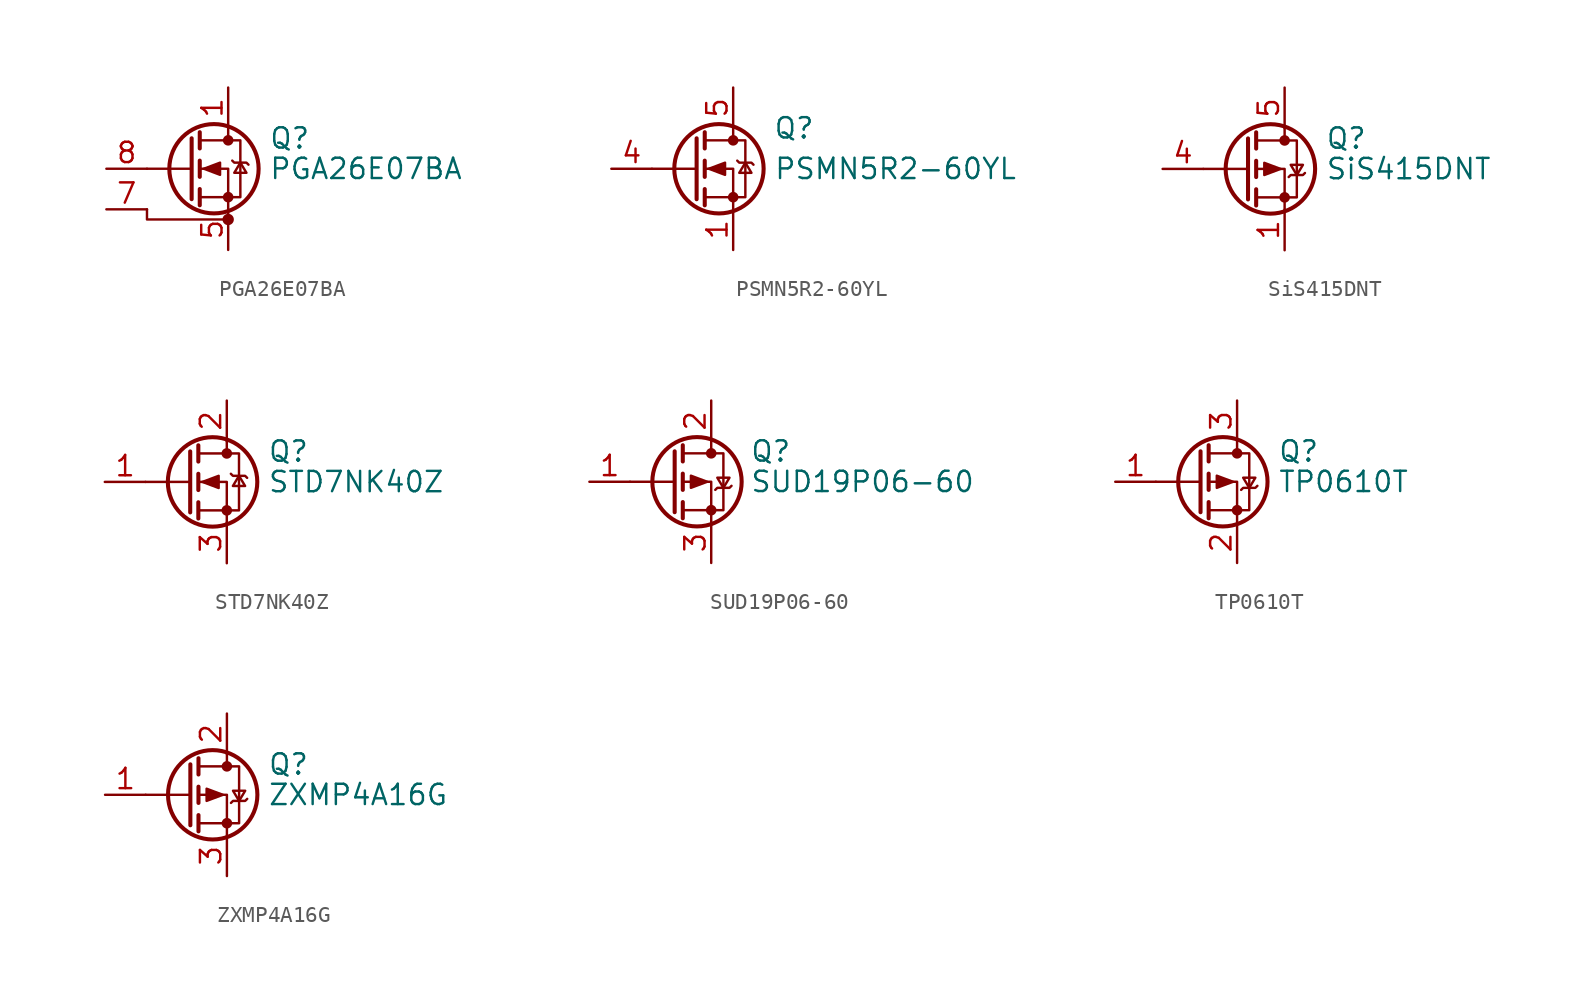
<source format=kicad_sym>
(kicad_symbol_lib
  (version 20211014)
  (generator kicad_symbol_editor)
  (symbol "PGA26E07BA"
    (pin_names hide)
    (property "Reference" "Q"
      (at 5.08 1.905 0)
      (effects (font (size 1.27 1.27)) (justify left)))
    (property "Value" "PGA26E07BA"
      (at 5.08 0 0)
      (effects (font (size 1.27 1.27)) (justify left)))
    (symbol "PGA26E07BA_0_1"
      (polyline (pts (xy 0.254 0) (xy -2.54 0)) (stroke (width 0) (type default) (color 0 0 0 0)) (fill (type none)))
      (polyline (pts (xy 0.254 1.905) (xy 0.254 -1.905)) (stroke (width 0.254) (type default) (color 0 0 0 0)) (fill (type none)))
      (polyline (pts (xy 0.762 -1.27) (xy 0.762 -2.286)) (stroke (width 0.254) (type default) (color 0 0 0 0)) (fill (type none)))
      (polyline (pts (xy 0.762 0.508) (xy 0.762 -0.508)) (stroke (width 0.254) (type default) (color 0 0 0 0)) (fill (type none)))
      (polyline (pts (xy 0.762 2.286) (xy 0.762 1.27)) (stroke (width 0.254) (type default) (color 0 0 0 0)) (fill (type none)))
      (polyline (pts (xy 2.54 2.54) (xy 2.54 1.778)) (stroke (width 0) (type default) (color 0 0 0 0)) (fill (type none)))
      (polyline (pts (xy -2.54 -2.54) (xy -2.54 -3.175) (xy 2.54 -3.175)) (stroke (width 0) (type default) (color 0 0 0 0)) (fill (type none)))
      (polyline (pts (xy 2.54 -2.54) (xy 2.54 0) (xy 0.762 0)) (stroke (width 0) (type default) (color 0 0 0 0)) (fill (type none)))
      (polyline (pts (xy 0.762 -1.778) (xy 3.302 -1.778) (xy 3.302 1.778) (xy 0.762 1.778)) (stroke (width 0) (type default) (color 0 0 0 0)) (fill (type none)))
      (polyline (pts (xy 1.016 0) (xy 2.032 0.381) (xy 2.032 -0.381) (xy 1.016 0)) (stroke (width 0) (type default) (color 0 0 0 0)) (fill (type outline)))
      (polyline (pts (xy 2.794 0.508) (xy 2.921 0.381) (xy 3.683 0.381) (xy 3.81 0.254)) (stroke (width 0) (type default) (color 0 0 0 0)) (fill (type none)))
      (polyline (pts (xy 3.302 0.381) (xy 2.921 -0.254) (xy 3.683 -0.254) (xy 3.302 0.381)) (stroke (width 0) (type default) (color 0 0 0 0)) (fill (type none)))
      (circle (center 1.651 0) (radius 2.794) (stroke (width 0.254) (type default) (color 0 0 0 0)) (fill (type none)))
      (circle (center 2.54 -3.175) (radius 0.279) (stroke (width 0) (type default) (color 0 0 0 0)) (fill (type outline)))
      (circle (center 2.54 -1.778) (radius 0.254) (stroke (width 0) (type default) (color 0 0 0 0)) (fill (type outline)))
      (circle (center 2.54 1.778) (radius 0.254) (stroke (width 0) (type default) (color 0 0 0 0)) (fill (type outline))))
    (symbol "PGA26E07BA_1_1"
      (pin passive line (at 2.54 5.08 270) (length 2.54) (name "D" (effects (font (size 1.27 1.27)))) (number "1" (effects (font (size 1.27 1.27)))))
      (pin passive line (at 2.54 5.08 270) (length 2.54) hide (name "D" (effects (font (size 1.27 1.27)))) (number "2" (effects (font (size 1.27 1.27)))))
      (pin passive line (at 2.54 5.08 270) (length 2.54) hide (name "D" (effects (font (size 1.27 1.27)))) (number "3" (effects (font (size 1.27 1.27)))))
      (pin passive line (at 2.54 5.08 270) (length 2.54) hide (name "D" (effects (font (size 1.27 1.27)))) (number "4" (effects (font (size 1.27 1.27)))))
      (pin passive line (at 2.54 -5.08 90) (length 2.54) (name "S2" (effects (font (size 1.27 1.27)))) (number "5" (effects (font (size 1.27 1.27)))))
      (pin passive line (at 2.54 -5.08 90) (length 2.54) hide (name "S2" (effects (font (size 1.27 1.27)))) (number "6" (effects (font (size 1.27 1.27)))))
      (pin passive line (at -5.08 -2.54 0) (length 2.54) (name "S1" (effects (font (size 1.27 1.27)))) (number "7" (effects (font (size 1.27 1.27)))))
      (pin input line (at -5.08 0 0) (length 2.54) (name "G" (effects (font (size 1.27 1.27)))) (number "8" (effects (font (size 1.27 1.27)))))
      (pin passive line (at 2.54 -5.08 90) (length 2.54) hide (name "S2" (effects (font (size 1.27 1.27)))) (number "9" (effects (font (size 1.27 1.27)))))))
  (symbol "PSMN5R2-60YL"
    (pin_names hide)
    (property "Reference" "Q"
      (at 6.35 2.54 0)
      (effects (font (size 1.27 1.27))))
    (property "Value" "PSMN5R2-60YL"
      (at 12.7 0 0)
      (effects (font (size 1.27 1.27))))
    (symbol "PSMN5R2-60YL_0_1"
      (polyline (pts (xy 0.254 0) (xy -2.54 0)) (stroke (width 0) (type default) (color 0 0 0 0)) (fill (type none)))
      (polyline (pts (xy 0.254 1.905) (xy 0.254 -1.905)) (stroke (width 0.254) (type default) (color 0 0 0 0)) (fill (type none)))
      (polyline (pts (xy 0.762 -1.27) (xy 0.762 -2.286)) (stroke (width 0.254) (type default) (color 0 0 0 0)) (fill (type none)))
      (polyline (pts (xy 0.762 0.508) (xy 0.762 -0.508)) (stroke (width 0.254) (type default) (color 0 0 0 0)) (fill (type none)))
      (polyline (pts (xy 0.762 2.286) (xy 0.762 1.27)) (stroke (width 0.254) (type default) (color 0 0 0 0)) (fill (type none)))
      (polyline (pts (xy 2.54 2.54) (xy 2.54 1.778)) (stroke (width 0) (type default) (color 0 0 0 0)) (fill (type none)))
      (polyline (pts (xy 2.54 -2.54) (xy 2.54 0) (xy 0.762 0)) (stroke (width 0) (type default) (color 0 0 0 0)) (fill (type none)))
      (polyline (pts (xy 0.762 -1.778) (xy 3.302 -1.778) (xy 3.302 1.778) (xy 0.762 1.778)) (stroke (width 0) (type default) (color 0 0 0 0)) (fill (type none)))
      (polyline (pts (xy 1.016 0) (xy 2.032 0.381) (xy 2.032 -0.381) (xy 1.016 0)) (stroke (width 0) (type default) (color 0 0 0 0)) (fill (type outline)))
      (polyline (pts (xy 2.794 0.508) (xy 2.921 0.381) (xy 3.683 0.381) (xy 3.81 0.254)) (stroke (width 0) (type default) (color 0 0 0 0)) (fill (type none)))
      (polyline (pts (xy 3.302 0.381) (xy 2.921 -0.254) (xy 3.683 -0.254) (xy 3.302 0.381)) (stroke (width 0) (type default) (color 0 0 0 0)) (fill (type none)))
      (circle (center 1.651 0) (radius 2.794) (stroke (width 0.254) (type default) (color 0 0 0 0)) (fill (type none)))
      (circle (center 2.54 -1.778) (radius 0.254) (stroke (width 0) (type default) (color 0 0 0 0)) (fill (type outline)))
      (circle (center 2.54 1.778) (radius 0.254) (stroke (width 0) (type default) (color 0 0 0 0)) (fill (type outline))))
    (symbol "PSMN5R2-60YL_1_1"
      (pin passive line (at 2.54 -5.08 90) (length 2.54) (name "S" (effects (font (size 1.27 1.27)))) (number "1" (effects (font (size 1.27 1.27)))))
      (pin passive line (at 2.54 -5.08 90) (length 2.54) hide (name "S" (effects (font (size 1.27 1.27)))) (number "2" (effects (font (size 1.27 1.27)))))
      (pin passive line (at 2.54 -5.08 90) (length 2.54) hide (name "S" (effects (font (size 1.27 1.27)))) (number "3" (effects (font (size 1.27 1.27)))))
      (pin passive line (at -5.08 0 0) (length 2.54) (name "G" (effects (font (size 1.27 1.27)))) (number "4" (effects (font (size 1.27 1.27)))))
      (pin passive line (at 2.54 5.08 270) (length 2.54) (name "D" (effects (font (size 1.27 1.27)))) (number "5" (effects (font (size 1.27 1.27)))))))
  (symbol "SiS415DNT"
    (pin_names hide)
    (property "Reference" "Q"
      (at 5.08 1.905 0)
      (effects (font (size 1.27 1.27)) (justify left)))
    (property "Value" "SiS415DNT"
      (at 5.08 0 0)
      (effects (font (size 1.27 1.27)) (justify left)))
    (symbol "SiS415DNT_0_1"
      (polyline (pts (xy 0.254 0) (xy -2.54 0)) (stroke (width 0) (type default) (color 0 0 0 0)) (fill (type none)))
      (polyline (pts (xy 0.254 1.905) (xy 0.254 -1.905)) (stroke (width 0.254) (type default) (color 0 0 0 0)) (fill (type none)))
      (polyline (pts (xy 0.762 -1.27) (xy 0.762 -2.286)) (stroke (width 0.254) (type default) (color 0 0 0 0)) (fill (type none)))
      (polyline (pts (xy 0.762 0.508) (xy 0.762 -0.508)) (stroke (width 0.254) (type default) (color 0 0 0 0)) (fill (type none)))
      (polyline (pts (xy 0.762 2.286) (xy 0.762 1.27)) (stroke (width 0.254) (type default) (color 0 0 0 0)) (fill (type none)))
      (polyline (pts (xy 2.54 2.54) (xy 2.54 1.778)) (stroke (width 0) (type default) (color 0 0 0 0)) (fill (type none)))
      (polyline (pts (xy 2.54 -2.54) (xy 2.54 0) (xy 0.762 0)) (stroke (width 0) (type default) (color 0 0 0 0)) (fill (type none)))
      (polyline (pts (xy 0.762 1.778) (xy 3.302 1.778) (xy 3.302 -1.778) (xy 0.762 -1.778)) (stroke (width 0) (type default) (color 0 0 0 0)) (fill (type none)))
      (polyline (pts (xy 2.286 0) (xy 1.27 0.381) (xy 1.27 -0.381) (xy 2.286 0)) (stroke (width 0) (type default) (color 0 0 0 0)) (fill (type outline)))
      (polyline (pts (xy 2.794 -0.508) (xy 2.921 -0.381) (xy 3.683 -0.381) (xy 3.81 -0.254)) (stroke (width 0) (type default) (color 0 0 0 0)) (fill (type none)))
      (polyline (pts (xy 3.302 -0.381) (xy 2.921 0.254) (xy 3.683 0.254) (xy 3.302 -0.381)) (stroke (width 0) (type default) (color 0 0 0 0)) (fill (type none)))
      (circle (center 1.651 0) (radius 2.794) (stroke (width 0.254) (type default) (color 0 0 0 0)) (fill (type none)))
      (circle (center 2.54 -1.778) (radius 0.254) (stroke (width 0) (type default) (color 0 0 0 0)) (fill (type outline)))
      (circle (center 2.54 1.778) (radius 0.254) (stroke (width 0) (type default) (color 0 0 0 0)) (fill (type outline))))
    (symbol "SiS415DNT_1_1"
      (pin passive line (at 2.54 -5.08 90) (length 2.54) (name "S" (effects (font (size 1.27 1.27)))) (number "1" (effects (font (size 1.27 1.27)))))
      (pin passive line (at 2.54 -5.08 90) (length 2.54) hide (name "S" (effects (font (size 1.27 1.27)))) (number "2" (effects (font (size 1.27 1.27)))))
      (pin passive line (at 2.54 -5.08 90) (length 2.54) hide (name "S" (effects (font (size 1.27 1.27)))) (number "3" (effects (font (size 1.27 1.27)))))
      (pin passive line (at -5.08 0 0) (length 2.54) (name "G" (effects (font (size 1.27 1.27)))) (number "4" (effects (font (size 1.27 1.27)))))
      (pin passive line (at 2.54 5.08 270) (length 2.54) (name "D" (effects (font (size 1.27 1.27)))) (number "5" (effects (font (size 1.27 1.27)))))))
  (symbol "STD7NK40Z"
    (pin_names hide)
    (property "Reference" "Q"
      (at 5.08 1.905 0)
      (effects (font (size 1.27 1.27)) (justify left)))
    (property "Value" "STD7NK40Z"
      (at 5.08 0 0)
      (effects (font (size 1.27 1.27)) (justify left)))
    (symbol "STD7NK40Z_0_1"
      (polyline (pts (xy 0.254 0) (xy -2.54 0)) (stroke (width 0) (type default) (color 0 0 0 0)) (fill (type none)))
      (polyline (pts (xy 0.254 1.905) (xy 0.254 -1.905)) (stroke (width 0.254) (type default) (color 0 0 0 0)) (fill (type none)))
      (polyline (pts (xy 0.762 -1.27) (xy 0.762 -2.286)) (stroke (width 0.254) (type default) (color 0 0 0 0)) (fill (type none)))
      (polyline (pts (xy 0.762 0.508) (xy 0.762 -0.508)) (stroke (width 0.254) (type default) (color 0 0 0 0)) (fill (type none)))
      (polyline (pts (xy 0.762 2.286) (xy 0.762 1.27)) (stroke (width 0.254) (type default) (color 0 0 0 0)) (fill (type none)))
      (polyline (pts (xy 2.54 2.54) (xy 2.54 1.778)) (stroke (width 0) (type default) (color 0 0 0 0)) (fill (type none)))
      (polyline (pts (xy 2.54 -2.54) (xy 2.54 0) (xy 0.762 0)) (stroke (width 0) (type default) (color 0 0 0 0)) (fill (type none)))
      (polyline (pts (xy 0.762 -1.778) (xy 3.302 -1.778) (xy 3.302 1.778) (xy 0.762 1.778)) (stroke (width 0) (type default) (color 0 0 0 0)) (fill (type none)))
      (polyline (pts (xy 1.016 0) (xy 2.032 0.381) (xy 2.032 -0.381) (xy 1.016 0)) (stroke (width 0) (type default) (color 0 0 0 0)) (fill (type outline)))
      (polyline (pts (xy 2.794 0.508) (xy 2.921 0.381) (xy 3.683 0.381) (xy 3.81 0.254)) (stroke (width 0) (type default) (color 0 0 0 0)) (fill (type none)))
      (polyline (pts (xy 3.302 0.381) (xy 2.921 -0.254) (xy 3.683 -0.254) (xy 3.302 0.381)) (stroke (width 0) (type default) (color 0 0 0 0)) (fill (type none)))
      (circle (center 1.651 0) (radius 2.794) (stroke (width 0.254) (type default) (color 0 0 0 0)) (fill (type none)))
      (circle (center 2.54 -1.778) (radius 0.254) (stroke (width 0) (type default) (color 0 0 0 0)) (fill (type outline)))
      (circle (center 2.54 1.778) (radius 0.254) (stroke (width 0) (type default) (color 0 0 0 0)) (fill (type outline))))
    (symbol "STD7NK40Z_1_1"
      (pin passive line (at -5.08 0 0) (length 2.54) (name "G" (effects (font (size 1.27 1.27)))) (number "1" (effects (font (size 1.27 1.27)))))
      (pin passive line (at 2.54 5.08 270) (length 2.54) (name "D" (effects (font (size 1.27 1.27)))) (number "2" (effects (font (size 1.27 1.27)))))
      (pin passive line (at 2.54 -5.08 90) (length 2.54) (name "S" (effects (font (size 1.27 1.27)))) (number "3" (effects (font (size 1.27 1.27)))))))
  (symbol "SUD19P06-60"
    (pin_names hide)
    (property "Reference" "Q"
      (at 4.953 1.905 0)
      (effects (font (size 1.27 1.27)) (justify left)))
    (property "Value" "SUD19P06-60"
      (at 4.953 0 0)
      (effects (font (size 1.27 1.27)) (justify left)))
    (symbol "SUD19P06-60_0_1"
      (polyline (pts (xy 0.254 0) (xy -2.54 0)) (stroke (width 0) (type default) (color 0 0 0 0)) (fill (type none)))
      (polyline (pts (xy 0.254 1.905) (xy 0.254 -1.905)) (stroke (width 0.254) (type default) (color 0 0 0 0)) (fill (type none)))
      (polyline (pts (xy 0.762 -1.27) (xy 0.762 -2.286)) (stroke (width 0.254) (type default) (color 0 0 0 0)) (fill (type none)))
      (polyline (pts (xy 0.762 0.508) (xy 0.762 -0.508)) (stroke (width 0.254) (type default) (color 0 0 0 0)) (fill (type none)))
      (polyline (pts (xy 0.762 2.286) (xy 0.762 1.27)) (stroke (width 0.254) (type default) (color 0 0 0 0)) (fill (type none)))
      (polyline (pts (xy 2.54 2.54) (xy 2.54 1.778)) (stroke (width 0) (type default) (color 0 0 0 0)) (fill (type none)))
      (polyline (pts (xy 2.54 -2.54) (xy 2.54 0) (xy 0.762 0)) (stroke (width 0) (type default) (color 0 0 0 0)) (fill (type none)))
      (polyline (pts (xy 0.762 1.778) (xy 3.302 1.778) (xy 3.302 -1.778) (xy 0.762 -1.778)) (stroke (width 0) (type default) (color 0 0 0 0)) (fill (type none)))
      (polyline (pts (xy 2.286 0) (xy 1.27 0.381) (xy 1.27 -0.381) (xy 2.286 0)) (stroke (width 0) (type default) (color 0 0 0 0)) (fill (type outline)))
      (polyline (pts (xy 2.794 -0.508) (xy 2.921 -0.381) (xy 3.683 -0.381) (xy 3.81 -0.254)) (stroke (width 0) (type default) (color 0 0 0 0)) (fill (type none)))
      (polyline (pts (xy 3.302 -0.381) (xy 2.921 0.254) (xy 3.683 0.254) (xy 3.302 -0.381)) (stroke (width 0) (type default) (color 0 0 0 0)) (fill (type none)))
      (circle (center 1.651 0) (radius 2.794) (stroke (width 0.254) (type default) (color 0 0 0 0)) (fill (type none)))
      (circle (center 2.54 -1.778) (radius 0.254) (stroke (width 0) (type default) (color 0 0 0 0)) (fill (type outline)))
      (circle (center 2.54 1.778) (radius 0.254) (stroke (width 0) (type default) (color 0 0 0 0)) (fill (type outline))))
    (symbol "SUD19P06-60_1_1"
      (pin input line (at -5.08 0 0) (length 2.54) (name "G" (effects (font (size 1.27 1.27)))) (number "1" (effects (font (size 1.27 1.27)))))
      (pin passive line (at 2.54 5.08 270) (length 2.54) (name "D" (effects (font (size 1.27 1.27)))) (number "2" (effects (font (size 1.27 1.27)))))
      (pin passive line (at 2.54 -5.08 90) (length 2.54) (name "S" (effects (font (size 1.27 1.27)))) (number "3" (effects (font (size 1.27 1.27)))))))
  (symbol "TP0610T"
    (pin_names hide)
    (property "Reference" "Q"
      (at 5.08 1.905 0)
      (effects (font (size 1.27 1.27)) (justify left)))
    (property "Value" "TP0610T"
      (at 5.08 0 0)
      (effects (font (size 1.27 1.27)) (justify left)))
    (symbol "TP0610T_0_1"
      (polyline (pts (xy 0.254 0) (xy -2.54 0)) (stroke (width 0) (type default) (color 0 0 0 0)) (fill (type none)))
      (polyline (pts (xy 0.254 1.905) (xy 0.254 -1.905)) (stroke (width 0.254) (type default) (color 0 0 0 0)) (fill (type none)))
      (polyline (pts (xy 0.762 -1.27) (xy 0.762 -2.286)) (stroke (width 0.254) (type default) (color 0 0 0 0)) (fill (type none)))
      (polyline (pts (xy 0.762 0.508) (xy 0.762 -0.508)) (stroke (width 0.254) (type default) (color 0 0 0 0)) (fill (type none)))
      (polyline (pts (xy 0.762 2.286) (xy 0.762 1.27)) (stroke (width 0.254) (type default) (color 0 0 0 0)) (fill (type none)))
      (polyline (pts (xy 2.54 2.54) (xy 2.54 1.778)) (stroke (width 0) (type default) (color 0 0 0 0)) (fill (type none)))
      (polyline (pts (xy 2.54 -2.54) (xy 2.54 0) (xy 0.762 0)) (stroke (width 0) (type default) (color 0 0 0 0)) (fill (type none)))
      (polyline (pts (xy 0.762 1.778) (xy 3.302 1.778) (xy 3.302 -1.778) (xy 0.762 -1.778)) (stroke (width 0) (type default) (color 0 0 0 0)) (fill (type none)))
      (polyline (pts (xy 2.286 0) (xy 1.27 0.381) (xy 1.27 -0.381) (xy 2.286 0)) (stroke (width 0) (type default) (color 0 0 0 0)) (fill (type outline)))
      (polyline (pts (xy 2.794 -0.508) (xy 2.921 -0.381) (xy 3.683 -0.381) (xy 3.81 -0.254)) (stroke (width 0) (type default) (color 0 0 0 0)) (fill (type none)))
      (polyline (pts (xy 3.302 -0.381) (xy 2.921 0.254) (xy 3.683 0.254) (xy 3.302 -0.381)) (stroke (width 0) (type default) (color 0 0 0 0)) (fill (type none)))
      (circle (center 1.651 0) (radius 2.794) (stroke (width 0.254) (type default) (color 0 0 0 0)) (fill (type none)))
      (circle (center 2.54 -1.778) (radius 0.254) (stroke (width 0) (type default) (color 0 0 0 0)) (fill (type outline)))
      (circle (center 2.54 1.778) (radius 0.254) (stroke (width 0) (type default) (color 0 0 0 0)) (fill (type outline))))
    (symbol "TP0610T_1_1"
      (pin input line (at -5.08 0 0) (length 2.54) (name "G" (effects (font (size 1.27 1.27)))) (number "1" (effects (font (size 1.27 1.27)))))
      (pin passive line (at 2.54 -5.08 90) (length 2.54) (name "S" (effects (font (size 1.27 1.27)))) (number "2" (effects (font (size 1.27 1.27)))))
      (pin passive line (at 2.54 5.08 270) (length 2.54) (name "D" (effects (font (size 1.27 1.27)))) (number "3" (effects (font (size 1.27 1.27)))))))
  (symbol "ZXMP4A16G"
    (pin_names hide)
    (property "Reference" "Q"
      (at 5.08 1.905 0)
      (effects (font (size 1.27 1.27)) (justify left)))
    (property "Value" "ZXMP4A16G"
      (at 5.08 0 0)
      (effects (font (size 1.27 1.27)) (justify left)))
    (symbol "ZXMP4A16G_0_1"
      (polyline (pts (xy 0.254 0) (xy -2.54 0)) (stroke (width 0) (type default) (color 0 0 0 0)) (fill (type none)))
      (polyline (pts (xy 0.254 1.905) (xy 0.254 -1.905)) (stroke (width 0.254) (type default) (color 0 0 0 0)) (fill (type none)))
      (polyline (pts (xy 0.762 -1.27) (xy 0.762 -2.286)) (stroke (width 0.254) (type default) (color 0 0 0 0)) (fill (type none)))
      (polyline (pts (xy 0.762 0.508) (xy 0.762 -0.508)) (stroke (width 0.254) (type default) (color 0 0 0 0)) (fill (type none)))
      (polyline (pts (xy 0.762 2.286) (xy 0.762 1.27)) (stroke (width 0.254) (type default) (color 0 0 0 0)) (fill (type none)))
      (polyline (pts (xy 2.54 2.54) (xy 2.54 1.778)) (stroke (width 0) (type default) (color 0 0 0 0)) (fill (type none)))
      (polyline (pts (xy 2.54 -2.54) (xy 2.54 0) (xy 0.762 0)) (stroke (width 0) (type default) (color 0 0 0 0)) (fill (type none)))
      (polyline (pts (xy 0.762 1.778) (xy 3.302 1.778) (xy 3.302 -1.778) (xy 0.762 -1.778)) (stroke (width 0) (type default) (color 0 0 0 0)) (fill (type none)))
      (polyline (pts (xy 2.286 0) (xy 1.27 0.381) (xy 1.27 -0.381) (xy 2.286 0)) (stroke (width 0) (type default) (color 0 0 0 0)) (fill (type outline)))
      (polyline (pts (xy 2.794 -0.508) (xy 2.921 -0.381) (xy 3.683 -0.381) (xy 3.81 -0.254)) (stroke (width 0) (type default) (color 0 0 0 0)) (fill (type none)))
      (polyline (pts (xy 3.302 -0.381) (xy 2.921 0.254) (xy 3.683 0.254) (xy 3.302 -0.381)) (stroke (width 0) (type default) (color 0 0 0 0)) (fill (type none)))
      (circle (center 1.651 0) (radius 2.794) (stroke (width 0.254) (type default) (color 0 0 0 0)) (fill (type none)))
      (circle (center 2.54 -1.778) (radius 0.254) (stroke (width 0) (type default) (color 0 0 0 0)) (fill (type outline)))
      (circle (center 2.54 1.778) (radius 0.254) (stroke (width 0) (type default) (color 0 0 0 0)) (fill (type outline))))
    (symbol "ZXMP4A16G_1_1"
      (pin input line (at -5.08 0 0) (length 2.54) (name "G" (effects (font (size 1.27 1.27)))) (number "1" (effects (font (size 1.27 1.27)))))
      (pin passive line (at 2.54 5.08 270) (length 2.54) (name "D" (effects (font (size 1.27 1.27)))) (number "2" (effects (font (size 1.27 1.27)))))
      (pin passive line (at 2.54 -5.08 90) (length 2.54) (name "S" (effects (font (size 1.27 1.27)))) (number "3" (effects (font (size 1.27 1.27))))))))
</source>
